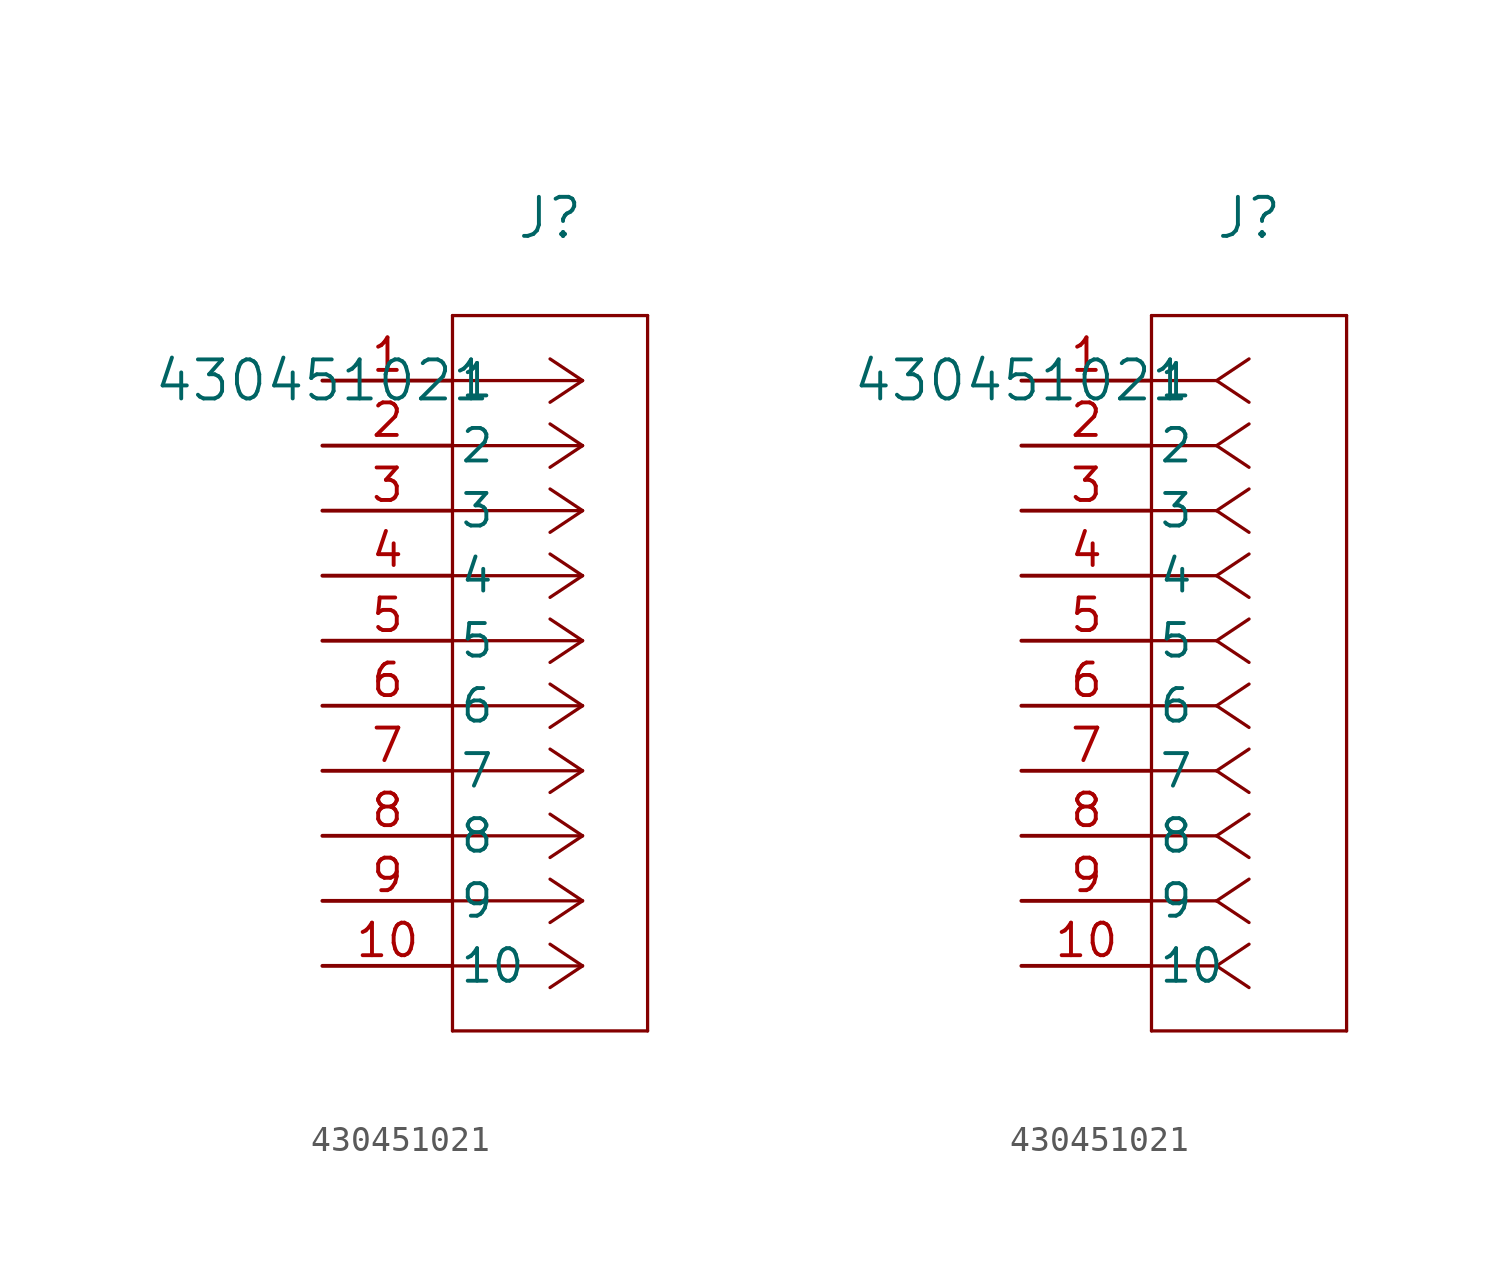
<source format=kicad_sym>
(kicad_symbol_lib
  (version 20211014)
  (generator kicad_symbol_editor)
  (symbol "430451021"
    (pin_names
      (offset 0.254))
    (property "Reference" "J"
      (at 8.89 6.35 0)
      (effects (font (size 1.524 1.524))))
    (property "Value" "430451021"
      (at 0 0 0)
      (effects (font (size 1.524 1.524))))
    (symbol "430451021_1_1"
      (polyline (pts (xy 10.16 0) (xy 5.08 0)) (stroke (width 0.127) (type default) (color 0 0 0 0)) (fill (type none)))
      (polyline (pts (xy 10.16 -2.54) (xy 5.08 -2.54)) (stroke (width 0.127) (type default) (color 0 0 0 0)) (fill (type none)))
      (polyline (pts (xy 10.16 -5.08) (xy 5.08 -5.08)) (stroke (width 0.127) (type default) (color 0 0 0 0)) (fill (type none)))
      (polyline (pts (xy 10.16 -7.62) (xy 5.08 -7.62)) (stroke (width 0.127) (type default) (color 0 0 0 0)) (fill (type none)))
      (polyline (pts (xy 10.16 -10.16) (xy 5.08 -10.16)) (stroke (width 0.127) (type default) (color 0 0 0 0)) (fill (type none)))
      (polyline (pts (xy 10.16 -12.7) (xy 5.08 -12.7)) (stroke (width 0.127) (type default) (color 0 0 0 0)) (fill (type none)))
      (polyline (pts (xy 10.16 -15.24) (xy 5.08 -15.24)) (stroke (width 0.127) (type default) (color 0 0 0 0)) (fill (type none)))
      (polyline (pts (xy 10.16 -17.78) (xy 5.08 -17.78)) (stroke (width 0.127) (type default) (color 0 0 0 0)) (fill (type none)))
      (polyline (pts (xy 10.16 -20.32) (xy 5.08 -20.32)) (stroke (width 0.127) (type default) (color 0 0 0 0)) (fill (type none)))
      (polyline (pts (xy 10.16 -22.86) (xy 5.08 -22.86)) (stroke (width 0.127) (type default) (color 0 0 0 0)) (fill (type none)))
      (polyline (pts (xy 10.16 0) (xy 8.89 0.847)) (stroke (width 0.127) (type default) (color 0 0 0 0)) (fill (type none)))
      (polyline (pts (xy 10.16 -2.54) (xy 8.89 -1.693)) (stroke (width 0.127) (type default) (color 0 0 0 0)) (fill (type none)))
      (polyline (pts (xy 10.16 -5.08) (xy 8.89 -4.233)) (stroke (width 0.127) (type default) (color 0 0 0 0)) (fill (type none)))
      (polyline (pts (xy 10.16 -7.62) (xy 8.89 -6.773)) (stroke (width 0.127) (type default) (color 0 0 0 0)) (fill (type none)))
      (polyline (pts (xy 10.16 -10.16) (xy 8.89 -9.313)) (stroke (width 0.127) (type default) (color 0 0 0 0)) (fill (type none)))
      (polyline (pts (xy 10.16 -12.7) (xy 8.89 -11.853)) (stroke (width 0.127) (type default) (color 0 0 0 0)) (fill (type none)))
      (polyline (pts (xy 10.16 -15.24) (xy 8.89 -14.393)) (stroke (width 0.127) (type default) (color 0 0 0 0)) (fill (type none)))
      (polyline (pts (xy 10.16 -17.78) (xy 8.89 -16.933)) (stroke (width 0.127) (type default) (color 0 0 0 0)) (fill (type none)))
      (polyline (pts (xy 10.16 -20.32) (xy 8.89 -19.473)) (stroke (width 0.127) (type default) (color 0 0 0 0)) (fill (type none)))
      (polyline (pts (xy 10.16 -22.86) (xy 8.89 -22.013)) (stroke (width 0.127) (type default) (color 0 0 0 0)) (fill (type none)))
      (polyline (pts (xy 10.16 0) (xy 8.89 -0.847)) (stroke (width 0.127) (type default) (color 0 0 0 0)) (fill (type none)))
      (polyline (pts (xy 10.16 -2.54) (xy 8.89 -3.387)) (stroke (width 0.127) (type default) (color 0 0 0 0)) (fill (type none)))
      (polyline (pts (xy 10.16 -5.08) (xy 8.89 -5.927)) (stroke (width 0.127) (type default) (color 0 0 0 0)) (fill (type none)))
      (polyline (pts (xy 10.16 -7.62) (xy 8.89 -8.467)) (stroke (width 0.127) (type default) (color 0 0 0 0)) (fill (type none)))
      (polyline (pts (xy 10.16 -10.16) (xy 8.89 -11.007)) (stroke (width 0.127) (type default) (color 0 0 0 0)) (fill (type none)))
      (polyline (pts (xy 10.16 -12.7) (xy 8.89 -13.547)) (stroke (width 0.127) (type default) (color 0 0 0 0)) (fill (type none)))
      (polyline (pts (xy 10.16 -15.24) (xy 8.89 -16.087)) (stroke (width 0.127) (type default) (color 0 0 0 0)) (fill (type none)))
      (polyline (pts (xy 10.16 -17.78) (xy 8.89 -18.627)) (stroke (width 0.127) (type default) (color 0 0 0 0)) (fill (type none)))
      (polyline (pts (xy 10.16 -20.32) (xy 8.89 -21.167)) (stroke (width 0.127) (type default) (color 0 0 0 0)) (fill (type none)))
      (polyline (pts (xy 10.16 -22.86) (xy 8.89 -23.707)) (stroke (width 0.127) (type default) (color 0 0 0 0)) (fill (type none)))
      (polyline (pts (xy 5.08 2.54) (xy 5.08 -25.4)) (stroke (width 0.127) (type default) (color 0 0 0 0)) (fill (type none)))
      (polyline (pts (xy 5.08 -25.4) (xy 12.7 -25.4)) (stroke (width 0.127) (type default) (color 0 0 0 0)) (fill (type none)))
      (polyline (pts (xy 12.7 -25.4) (xy 12.7 2.54)) (stroke (width 0.127) (type default) (color 0 0 0 0)) (fill (type none)))
      (polyline (pts (xy 12.7 2.54) (xy 5.08 2.54)) (stroke (width 0.127) (type default) (color 0 0 0 0)) (fill (type none)))
      (pin unspecified line (at 0 0 0) (length 5.08) (name "1" (effects (font (size 1.27 1.27)))) (number "1" (effects (font (size 1.27 1.27)))))
      (pin unspecified line (at 0 -2.54 0) (length 5.08) (name "2" (effects (font (size 1.27 1.27)))) (number "2" (effects (font (size 1.27 1.27)))))
      (pin unspecified line (at 0 -5.08 0) (length 5.08) (name "3" (effects (font (size 1.27 1.27)))) (number "3" (effects (font (size 1.27 1.27)))))
      (pin unspecified line (at 0 -7.62 0) (length 5.08) (name "4" (effects (font (size 1.27 1.27)))) (number "4" (effects (font (size 1.27 1.27)))))
      (pin unspecified line (at 0 -10.16 0) (length 5.08) (name "5" (effects (font (size 1.27 1.27)))) (number "5" (effects (font (size 1.27 1.27)))))
      (pin unspecified line (at 0 -12.7 0) (length 5.08) (name "6" (effects (font (size 1.27 1.27)))) (number "6" (effects (font (size 1.27 1.27)))))
      (pin unspecified line (at 0 -15.24 0) (length 5.08) (name "7" (effects (font (size 1.27 1.27)))) (number "7" (effects (font (size 1.27 1.27)))))
      (pin unspecified line (at 0 -17.78 0) (length 5.08) (name "8" (effects (font (size 1.27 1.27)))) (number "8" (effects (font (size 1.27 1.27)))))
      (pin unspecified line (at 0 -20.32 0) (length 5.08) (name "9" (effects (font (size 1.27 1.27)))) (number "9" (effects (font (size 1.27 1.27)))))
      (pin unspecified line (at 0 -22.86 0) (length 5.08) (name "10" (effects (font (size 1.27 1.27)))) (number "10" (effects (font (size 1.27 1.27))))))
    (symbol "430451021_1_2"
      (polyline (pts (xy 7.62 0) (xy 5.08 0)) (stroke (width 0.127) (type default) (color 0 0 0 0)) (fill (type none)))
      (polyline (pts (xy 7.62 -2.54) (xy 5.08 -2.54)) (stroke (width 0.127) (type default) (color 0 0 0 0)) (fill (type none)))
      (polyline (pts (xy 7.62 -5.08) (xy 5.08 -5.08)) (stroke (width 0.127) (type default) (color 0 0 0 0)) (fill (type none)))
      (polyline (pts (xy 7.62 -7.62) (xy 5.08 -7.62)) (stroke (width 0.127) (type default) (color 0 0 0 0)) (fill (type none)))
      (polyline (pts (xy 7.62 -10.16) (xy 5.08 -10.16)) (stroke (width 0.127) (type default) (color 0 0 0 0)) (fill (type none)))
      (polyline (pts (xy 7.62 -12.7) (xy 5.08 -12.7)) (stroke (width 0.127) (type default) (color 0 0 0 0)) (fill (type none)))
      (polyline (pts (xy 7.62 -15.24) (xy 5.08 -15.24)) (stroke (width 0.127) (type default) (color 0 0 0 0)) (fill (type none)))
      (polyline (pts (xy 7.62 -17.78) (xy 5.08 -17.78)) (stroke (width 0.127) (type default) (color 0 0 0 0)) (fill (type none)))
      (polyline (pts (xy 7.62 -20.32) (xy 5.08 -20.32)) (stroke (width 0.127) (type default) (color 0 0 0 0)) (fill (type none)))
      (polyline (pts (xy 7.62 -22.86) (xy 5.08 -22.86)) (stroke (width 0.127) (type default) (color 0 0 0 0)) (fill (type none)))
      (polyline (pts (xy 7.62 0) (xy 8.89 0.847)) (stroke (width 0.127) (type default) (color 0 0 0 0)) (fill (type none)))
      (polyline (pts (xy 7.62 -2.54) (xy 8.89 -1.693)) (stroke (width 0.127) (type default) (color 0 0 0 0)) (fill (type none)))
      (polyline (pts (xy 7.62 -5.08) (xy 8.89 -4.233)) (stroke (width 0.127) (type default) (color 0 0 0 0)) (fill (type none)))
      (polyline (pts (xy 7.62 -7.62) (xy 8.89 -6.773)) (stroke (width 0.127) (type default) (color 0 0 0 0)) (fill (type none)))
      (polyline (pts (xy 7.62 -10.16) (xy 8.89 -9.313)) (stroke (width 0.127) (type default) (color 0 0 0 0)) (fill (type none)))
      (polyline (pts (xy 7.62 -12.7) (xy 8.89 -11.853)) (stroke (width 0.127) (type default) (color 0 0 0 0)) (fill (type none)))
      (polyline (pts (xy 7.62 -15.24) (xy 8.89 -14.393)) (stroke (width 0.127) (type default) (color 0 0 0 0)) (fill (type none)))
      (polyline (pts (xy 7.62 -17.78) (xy 8.89 -16.933)) (stroke (width 0.127) (type default) (color 0 0 0 0)) (fill (type none)))
      (polyline (pts (xy 7.62 -20.32) (xy 8.89 -19.473)) (stroke (width 0.127) (type default) (color 0 0 0 0)) (fill (type none)))
      (polyline (pts (xy 7.62 -22.86) (xy 8.89 -22.013)) (stroke (width 0.127) (type default) (color 0 0 0 0)) (fill (type none)))
      (polyline (pts (xy 7.62 0) (xy 8.89 -0.847)) (stroke (width 0.127) (type default) (color 0 0 0 0)) (fill (type none)))
      (polyline (pts (xy 7.62 -2.54) (xy 8.89 -3.387)) (stroke (width 0.127) (type default) (color 0 0 0 0)) (fill (type none)))
      (polyline (pts (xy 7.62 -5.08) (xy 8.89 -5.927)) (stroke (width 0.127) (type default) (color 0 0 0 0)) (fill (type none)))
      (polyline (pts (xy 7.62 -7.62) (xy 8.89 -8.467)) (stroke (width 0.127) (type default) (color 0 0 0 0)) (fill (type none)))
      (polyline (pts (xy 7.62 -10.16) (xy 8.89 -11.007)) (stroke (width 0.127) (type default) (color 0 0 0 0)) (fill (type none)))
      (polyline (pts (xy 7.62 -12.7) (xy 8.89 -13.547)) (stroke (width 0.127) (type default) (color 0 0 0 0)) (fill (type none)))
      (polyline (pts (xy 7.62 -15.24) (xy 8.89 -16.087)) (stroke (width 0.127) (type default) (color 0 0 0 0)) (fill (type none)))
      (polyline (pts (xy 7.62 -17.78) (xy 8.89 -18.627)) (stroke (width 0.127) (type default) (color 0 0 0 0)) (fill (type none)))
      (polyline (pts (xy 7.62 -20.32) (xy 8.89 -21.167)) (stroke (width 0.127) (type default) (color 0 0 0 0)) (fill (type none)))
      (polyline (pts (xy 7.62 -22.86) (xy 8.89 -23.707)) (stroke (width 0.127) (type default) (color 0 0 0 0)) (fill (type none)))
      (polyline (pts (xy 5.08 2.54) (xy 5.08 -25.4)) (stroke (width 0.127) (type default) (color 0 0 0 0)) (fill (type none)))
      (polyline (pts (xy 5.08 -25.4) (xy 12.7 -25.4)) (stroke (width 0.127) (type default) (color 0 0 0 0)) (fill (type none)))
      (polyline (pts (xy 12.7 -25.4) (xy 12.7 2.54)) (stroke (width 0.127) (type default) (color 0 0 0 0)) (fill (type none)))
      (polyline (pts (xy 12.7 2.54) (xy 5.08 2.54)) (stroke (width 0.127) (type default) (color 0 0 0 0)) (fill (type none)))
      (pin unspecified line (at 0 0 0) (length 5.08) (name "1" (effects (font (size 1.27 1.27)))) (number "1" (effects (font (size 1.27 1.27)))))
      (pin unspecified line (at 0 -2.54 0) (length 5.08) (name "2" (effects (font (size 1.27 1.27)))) (number "2" (effects (font (size 1.27 1.27)))))
      (pin unspecified line (at 0 -5.08 0) (length 5.08) (name "3" (effects (font (size 1.27 1.27)))) (number "3" (effects (font (size 1.27 1.27)))))
      (pin unspecified line (at 0 -7.62 0) (length 5.08) (name "4" (effects (font (size 1.27 1.27)))) (number "4" (effects (font (size 1.27 1.27)))))
      (pin unspecified line (at 0 -10.16 0) (length 5.08) (name "5" (effects (font (size 1.27 1.27)))) (number "5" (effects (font (size 1.27 1.27)))))
      (pin unspecified line (at 0 -12.7 0) (length 5.08) (name "6" (effects (font (size 1.27 1.27)))) (number "6" (effects (font (size 1.27 1.27)))))
      (pin unspecified line (at 0 -15.24 0) (length 5.08) (name "7" (effects (font (size 1.27 1.27)))) (number "7" (effects (font (size 1.27 1.27)))))
      (pin unspecified line (at 0 -17.78 0) (length 5.08) (name "8" (effects (font (size 1.27 1.27)))) (number "8" (effects (font (size 1.27 1.27)))))
      (pin unspecified line (at 0 -20.32 0) (length 5.08) (name "9" (effects (font (size 1.27 1.27)))) (number "9" (effects (font (size 1.27 1.27)))))
      (pin unspecified line (at 0 -22.86 0) (length 5.08) (name "10" (effects (font (size 1.27 1.27)))) (number "10" (effects (font (size 1.27 1.27))))))))
</source>
